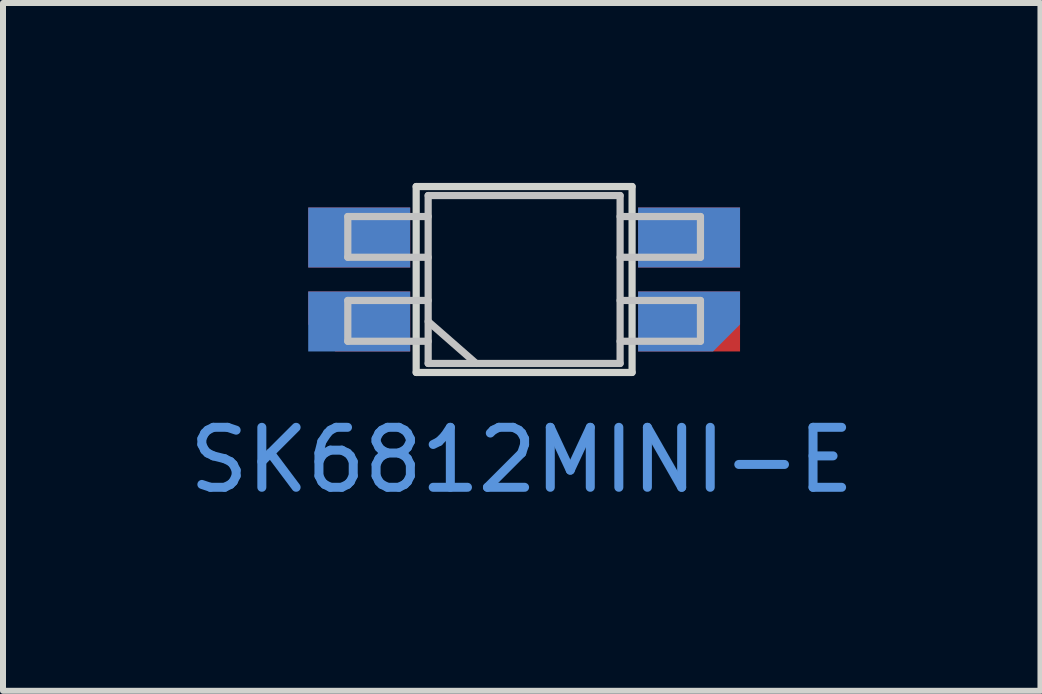
<source format=kicad_pcb>
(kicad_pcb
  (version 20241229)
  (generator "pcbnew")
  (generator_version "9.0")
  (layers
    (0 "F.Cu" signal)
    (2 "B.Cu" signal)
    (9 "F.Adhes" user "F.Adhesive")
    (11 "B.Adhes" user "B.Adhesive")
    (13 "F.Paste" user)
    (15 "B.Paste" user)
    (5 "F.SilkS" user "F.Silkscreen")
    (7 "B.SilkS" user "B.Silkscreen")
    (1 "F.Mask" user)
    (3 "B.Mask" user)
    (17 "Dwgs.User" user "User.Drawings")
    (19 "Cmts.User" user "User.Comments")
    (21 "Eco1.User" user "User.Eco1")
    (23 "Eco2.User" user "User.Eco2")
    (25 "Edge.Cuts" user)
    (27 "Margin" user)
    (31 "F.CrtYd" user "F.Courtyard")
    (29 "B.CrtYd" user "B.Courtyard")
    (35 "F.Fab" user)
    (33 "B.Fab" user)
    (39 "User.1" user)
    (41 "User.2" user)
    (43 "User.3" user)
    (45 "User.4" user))
  (footprint "SK6812MINI-E"
    (layer "F.Cu")
    (at 5.689 1.61)
    (property "Reference" "SK6812MINI-E" (at -0.04 3.01 0) (layer "Cmts.User") (effects (font (size 1 1) (thickness 0.15))))
    (attr through_hole)
    (fp_line (start -2.94 -1.05) (end -2.94 -0.37) (stroke (width 0.12) (type solid)) (layer "Dwgs.User"))
    (fp_line (start -2.94 -0.37) (end -1.6 -0.37) (stroke (width 0.12) (type solid)) (layer "Dwgs.User"))
    (fp_line (start -2.94 0.35) (end -2.94 1.03) (stroke (width 0.12) (type solid)) (layer "Dwgs.User"))
    (fp_line (start -2.94 1.03) (end -1.6 1.03) (stroke (width 0.12) (type solid)) (layer "Dwgs.User"))
    (fp_line (start -1.6 -1.4) (end -1.6 1.4) (stroke (width 0.12) (type solid)) (layer "Dwgs.User"))
    (fp_line (start -1.6 -1.4) (end 1.6 -1.4) (stroke (width 0.12) (type solid)) (layer "Dwgs.User"))
    (fp_line (start -1.6 -1.05) (end -2.94 -1.05) (stroke (width 0.12) (type solid)) (layer "Dwgs.User"))
    (fp_line (start -1.6 0.35) (end -2.94 0.35) (stroke (width 0.12) (type solid)) (layer "Dwgs.User"))
    (fp_line (start -1.6 0.7) (end -0.8 1.4) (stroke (width 0.12) (type solid)) (layer "Dwgs.User"))
    (fp_line (start -1.6 1.4) (end 1.6 1.4) (stroke (width 0.12) (type solid)) (layer "Dwgs.User"))
    (fp_line (start 1.6 -1.4) (end 1.6 1.4) (stroke (width 0.12) (type solid)) (layer "Dwgs.User"))
    (fp_line (start 1.6 -0.37) (end 2.94 -0.37) (stroke (width 0.12) (type solid)) (layer "Dwgs.User"))
    (fp_line (start 1.6 1.03) (end 2.94 1.03) (stroke (width 0.12) (type solid)) (layer "Dwgs.User"))
    (fp_line (start 2.94 -1.05) (end 1.6 -1.05) (stroke (width 0.12) (type solid)) (layer "Dwgs.User"))
    (fp_line (start 2.94 -0.37) (end 2.94 -1.05) (stroke (width 0.12) (type solid)) (layer "Dwgs.User"))
    (fp_line (start 2.94 0.35) (end 1.6 0.35) (stroke (width 0.12) (type solid)) (layer "Dwgs.User"))
    (fp_line (start 2.94 1.03) (end 2.94 0.35) (stroke (width 0.12) (type solid)) (layer "Dwgs.User"))
    (fp_line (start -1.8 -1.55) (end -1.8 1.55) (stroke (width 0.12) (type solid)) (layer "Edge.Cuts"))
    (fp_line (start -1.8 1.55) (end 1.8 1.55) (stroke (width 0.12) (type solid)) (layer "Edge.Cuts"))
    (fp_line (start 1.8 -1.55) (end -1.8 -1.55) (stroke (width 0.12) (type solid)) (layer "Edge.Cuts"))
    (fp_line (start 1.8 1.55) (end 1.8 -1.55) (stroke (width 0.12) (type solid)) (layer "Edge.Cuts"))
    (pad "1" smd rect (at -2.75 -0.7) (size 1.7 1) (layers "B.Cu" "B.Mask" "B.Paste"))
    (pad "1" smd rect (at 2.75 -0.7) (size 1.7 1) (layers "F.Cu" "F.Mask" "F.Paste"))
    (pad "2" smd rect (at -2.75 0.7) (size 1.7 1) (layers "B.Cu" "B.Mask" "B.Paste"))
    (pad "2" smd rect (at 2.75 0.7) (size 1.7 1) (layers "F.Cu" "F.Mask" "F.Paste"))
    (pad "3" smd roundrect (at -2.75 0.7) (size 1.7 1) (layers "F.Cu" "F.Mask" "F.Paste") (roundrect_rratio 0) (chamfer_ratio 0.45) (chamfer bottom_left))
    (pad "3" smd roundrect (at 2.75 0.7) (size 1.7 1) (layers "B.Cu" "B.Mask" "B.Paste") (roundrect_rratio 0) (chamfer_ratio 0.45) (chamfer bottom_right))
    (pad "4" smd rect (at -2.75 -0.7) (size 1.7 1) (layers "F.Cu" "F.Mask" "F.Paste"))
    (pad "4" smd rect (at 2.75 -0.7) (size 1.7 1) (layers "B.Cu" "B.Mask" "B.Paste")))
  (gr_rect
    (start -3 -3)
    (end 14.298 8.468)
    (stroke (width 0.1) (type default))
    (fill no)
    (layer "Edge.Cuts")))
</source>
